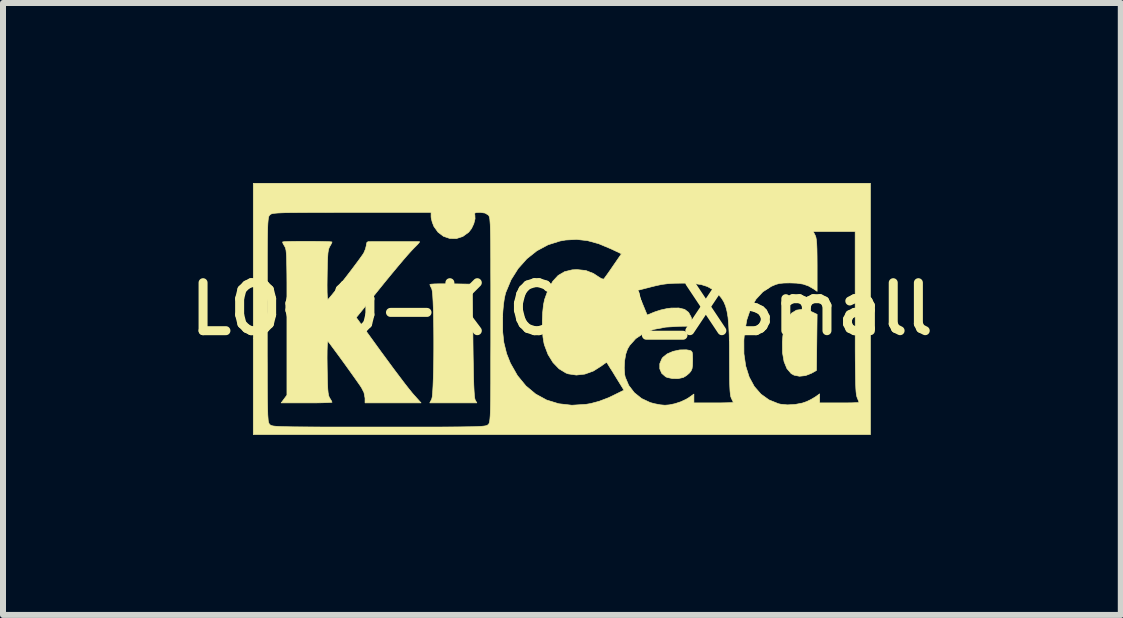
<source format=kicad_pcb>
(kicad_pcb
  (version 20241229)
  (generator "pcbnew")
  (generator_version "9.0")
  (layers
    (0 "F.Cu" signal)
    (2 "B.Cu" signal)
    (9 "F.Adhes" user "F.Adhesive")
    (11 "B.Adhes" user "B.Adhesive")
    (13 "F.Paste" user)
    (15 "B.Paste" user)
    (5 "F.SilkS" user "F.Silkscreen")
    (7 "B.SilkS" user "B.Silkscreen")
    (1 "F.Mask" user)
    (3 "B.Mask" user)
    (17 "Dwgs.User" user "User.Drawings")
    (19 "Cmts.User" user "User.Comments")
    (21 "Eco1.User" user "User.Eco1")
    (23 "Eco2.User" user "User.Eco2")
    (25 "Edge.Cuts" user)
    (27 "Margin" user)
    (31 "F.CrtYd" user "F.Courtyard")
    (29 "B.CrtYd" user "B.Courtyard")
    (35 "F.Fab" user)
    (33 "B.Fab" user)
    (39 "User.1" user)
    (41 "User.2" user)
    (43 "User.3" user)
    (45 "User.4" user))
  (footprint "LOGO-KICAD_XSmall"
    (layer "F.Cu")
    (at 6.316 2.1)
    (property "Reference" "LOGO-KICAD_XSmall" (at 0 0 0) (layer "F.SilkS") (effects (font (size 0.8 0.8) (thickness 0.15))))
    (attr through_hole)
    (fp_poly (pts (xy 4.125 0.031) (xy 4.178 0.053) (xy 4.255 0.09) (xy 4.244 1.025) (xy 4.159 1.073) (xy 4.062 1.111) (xy 3.961 1.122) (xy 3.871 1.104) (xy 3.823 1.078) (xy 3.752 0.995) (xy 3.704 0.879) (xy 3.678 0.73) (xy 3.676 0.55) (xy 3.684 0.448) (xy 3.712 0.286) (xy 3.76 0.161) (xy 3.826 0.072) (xy 3.91 0.02) (xy 4.01 0.006) (xy 4.125 0.031)) (stroke (width 0.01) (type solid)) (fill yes) (layer "F.SilkS"))
    (fp_poly (pts (xy 2.133 0.691) (xy 2.157 0.701) (xy 2.172 0.721) (xy 2.178 0.762) (xy 2.18 0.833) (xy 2.18 0.857) (xy 2.178 0.941) (xy 2.17 0.996) (xy 2.153 1.034) (xy 2.128 1.066) (xy 2.076 1.111) (xy 2.023 1.143) (xy 2.021 1.143) (xy 1.938 1.161) (xy 1.844 1.16) (xy 1.759 1.143) (xy 1.731 1.131) (xy 1.665 1.074) (xy 1.632 0.998) (xy 1.632 0.913) (xy 1.667 0.83) (xy 1.684 0.806) (xy 1.756 0.749) (xy 1.854 0.707) (xy 1.965 0.683) (xy 2.075 0.681) (xy 2.133 0.691)) (stroke (width 0.01) (type solid)) (fill yes) (layer "F.SilkS"))
    (fp_poly (pts (xy -1.847 -0.419) (xy -1.492 -0.413) (xy -1.482 0.529) (xy -1.479 0.77) (xy -1.475 0.971) (xy -1.472 1.136) (xy -1.468 1.268) (xy -1.463 1.369) (xy -1.458 1.442) (xy -1.452 1.49) (xy -1.445 1.516) (xy -1.444 1.519) (xy -1.417 1.566) (xy -2.202 1.566) (xy -2.17 1.504) (xy -2.161 1.466) (xy -2.154 1.391) (xy -2.148 1.286) (xy -2.143 1.155) (xy -2.139 1.005) (xy -2.136 0.841) (xy -2.135 0.668) (xy -2.135 0.493) (xy -2.136 0.321) (xy -2.139 0.157) (xy -2.142 0.007) (xy -2.147 -0.123) (xy -2.153 -0.228) (xy -2.161 -0.301) (xy -2.169 -0.338) (xy -2.17 -0.339) (xy -2.192 -0.382) (xy -2.201 -0.408) (xy -2.181 -0.413) (xy -2.126 -0.417) (xy -2.042 -0.419) (xy -1.937 -0.419) (xy -1.847 -0.419)) (stroke (width 0.01) (type solid)) (fill yes) (layer "F.SilkS"))
    (fp_poly (pts (xy -4.158 -1.127) (xy -4.05 -1.126) (xy -3.956 -1.124) (xy -3.883 -1.122) (xy -3.84 -1.118) (xy -3.831 -1.116) (xy -3.842 -1.088) (xy -3.867 -1.044) (xy -3.868 -1.043) (xy -3.881 -1.017) (xy -3.891 -0.983) (xy -3.899 -0.932) (xy -3.904 -0.86) (xy -3.908 -0.76) (xy -3.911 -0.627) (xy -3.912 -0.562) (xy -3.914 -0.399) (xy -3.913 -0.278) (xy -3.909 -0.198) (xy -3.903 -0.161) (xy -3.898 -0.159) (xy -3.866 -0.195) (xy -3.815 -0.257) (xy -3.749 -0.339) (xy -3.674 -0.435) (xy -3.594 -0.538) (xy -3.515 -0.641) (xy -3.442 -0.738) (xy -3.379 -0.823) (xy -3.331 -0.89) (xy -3.303 -0.931) (xy -3.301 -0.936) (xy -3.274 -0.999) (xy -3.26 -1.058) (xy -3.26 -1.068) (xy -3.249 -1.111) (xy -3.228 -1.122) (xy -3.197 -1.122) (xy -3.132 -1.123) (xy -3.042 -1.123) (xy -2.934 -1.123) (xy -2.818 -1.123) (xy -2.7 -1.123) (xy -2.589 -1.123) (xy -2.493 -1.123) (xy -2.42 -1.123) (xy -2.378 -1.122) (xy -2.372 -1.122) (xy -2.376 -1.109) (xy -2.406 -1.074) (xy -2.455 -1.025) (xy -2.467 -1.013) (xy -2.509 -0.969) (xy -2.573 -0.898) (xy -2.655 -0.803) (xy -2.75 -0.69) (xy -2.854 -0.565) (xy -2.963 -0.432) (xy -3.004 -0.381) (xy -3.427 0.143) (xy -3.015 0.712) (xy -2.909 0.856) (xy -2.806 0.996) (xy -2.708 1.126) (xy -2.621 1.241) (xy -2.548 1.334) (xy -2.493 1.402) (xy -2.475 1.423) (xy -2.347 1.566) (xy -3.281 1.566) (xy -3.281 1.486) (xy -3.299 1.393) (xy -3.341 1.311) (xy -3.369 1.269) (xy -3.416 1.202) (xy -3.477 1.116) (xy -3.547 1.018) (xy -3.621 0.915) (xy -3.695 0.813) (xy -3.765 0.718) (xy -3.825 0.637) (xy -3.87 0.576) (xy -3.897 0.543) (xy -3.899 0.54) (xy -3.906 0.553) (xy -3.91 0.605) (xy -3.913 0.694) (xy -3.914 0.817) (xy -3.912 0.971) (xy -3.912 0.975) (xy -3.909 1.129) (xy -3.906 1.247) (xy -3.902 1.335) (xy -3.896 1.397) (xy -3.888 1.44) (xy -3.878 1.471) (xy -3.868 1.487) (xy -3.842 1.53) (xy -3.831 1.555) (xy -3.831 1.555) (xy -3.851 1.558) (xy -3.907 1.561) (xy -3.993 1.564) (xy -4.102 1.566) (xy -4.228 1.566) (xy -4.255 1.566) (xy -4.679 1.566) (xy -4.631 1.501) (xy -4.583 1.436) (xy -4.583 0.225) (xy -4.583 -0.032) (xy -4.583 -0.251) (xy -4.583 -0.434) (xy -4.584 -0.584) (xy -4.586 -0.706) (xy -4.588 -0.803) (xy -4.59 -0.877) (xy -4.594 -0.934) (xy -4.598 -0.975) (xy -4.604 -1.004) (xy -4.611 -1.025) (xy -4.619 -1.041) (xy -4.624 -1.049) (xy -4.648 -1.091) (xy -4.656 -1.116) (xy -4.655 -1.117) (xy -4.63 -1.121) (xy -4.571 -1.124) (xy -4.486 -1.126) (xy -4.384 -1.127) (xy -4.272 -1.127) (xy -4.158 -1.127)) (stroke (width 0.01) (type solid)) (fill yes) (layer "F.SilkS"))
    (fp_poly (pts (xy 5.144 2.095) (xy -5.144 2.095) (xy -5.144 0.18) (xy -4.911 0.18) (xy -4.911 0.488) (xy -4.911 0.757) (xy -4.91 0.989) (xy -4.91 1.187) (xy -4.909 1.354) (xy -4.908 1.493) (xy -4.906 1.606) (xy -4.904 1.696) (xy -4.902 1.766) (xy -4.898 1.819) (xy -4.895 1.858) (xy -4.89 1.885) (xy -4.884 1.903) (xy -4.878 1.915) (xy -4.871 1.924) (xy -4.868 1.926) (xy -4.86 1.934) (xy -4.849 1.94) (xy -4.833 1.946) (xy -4.81 1.951) (xy -4.775 1.955) (xy -4.728 1.958) (xy -4.664 1.961) (xy -4.581 1.963) (xy -4.477 1.965) (xy -4.349 1.966) (xy -4.194 1.967) (xy -4.008 1.968) (xy -3.791 1.968) (xy -3.538 1.968) (xy -3.248 1.968) (xy -3.048 1.968) (xy -2.733 1.968) (xy -2.457 1.968) (xy -2.218 1.968) (xy -2.013 1.968) (xy -1.84 1.967) (xy -1.695 1.966) (xy -1.576 1.964) (xy -1.481 1.963) (xy -1.406 1.96) (xy -1.348 1.957) (xy -1.306 1.953) (xy -1.276 1.949) (xy -1.256 1.944) (xy -1.242 1.938) (xy -1.233 1.931) (xy -1.228 1.926) (xy -1.22 1.918) (xy -1.213 1.907) (xy -1.208 1.891) (xy -1.203 1.866) (xy -1.199 1.831) (xy -1.195 1.782) (xy -1.192 1.717) (xy -1.19 1.633) (xy -1.188 1.527) (xy -1.187 1.395) (xy -1.186 1.237) (xy -1.186 1.047) (xy -1.186 0.825) (xy -1.185 0.567) (xy -1.185 0.358) (xy -0.989 0.358) (xy -0.967 0.56) (xy -0.921 0.745) (xy -0.858 0.904) (xy -0.741 1.11) (xy -0.6 1.282) (xy -0.437 1.418) (xy -0.254 1.518) (xy -0.052 1.58) (xy 0.167 1.605) (xy 0.402 1.59) (xy 0.48 1.577) (xy 0.622 1.539) (xy 0.777 1.48) (xy 0.84 1.45) (xy 1.035 1.354) (xy 0.895 1.127) (xy 0.842 1.04) (xy 0.805 0.982) (xy 1.04 0.982) (xy 1.047 1.091) (xy 1.056 1.136) (xy 1.115 1.275) (xy 1.208 1.396) (xy 1.329 1.493) (xy 1.472 1.56) (xy 1.542 1.579) (xy 1.641 1.598) (xy 1.718 1.605) (xy 1.79 1.599) (xy 1.877 1.581) (xy 1.895 1.576) (xy 1.983 1.547) (xy 2.069 1.507) (xy 2.111 1.482) (xy 2.201 1.419) (xy 2.201 1.566) (xy 2.529 1.566) (xy 2.642 1.566) (xy 2.738 1.564) (xy 2.81 1.562) (xy 2.851 1.56) (xy 2.857 1.558) (xy 2.849 1.536) (xy 2.827 1.492) (xy 2.826 1.489) (xy 2.816 1.464) (xy 2.809 1.425) (xy 2.803 1.368) (xy 2.799 1.289) (xy 2.796 1.182) (xy 2.795 1.044) (xy 2.794 0.868) (xy 2.794 0.847) (xy 2.793 0.618) (xy 2.791 0.519) (xy 3.034 0.519) (xy 3.035 0.747) (xy 3.065 0.953) (xy 3.123 1.136) (xy 3.208 1.293) (xy 3.319 1.42) (xy 3.453 1.516) (xy 3.609 1.579) (xy 3.648 1.588) (xy 3.76 1.599) (xy 3.887 1.592) (xy 4.008 1.569) (xy 4.081 1.544) (xy 4.153 1.509) (xy 4.219 1.47) (xy 4.234 1.46) (xy 4.297 1.415) (xy 4.297 1.566) (xy 4.625 1.566) (xy 4.737 1.566) (xy 4.833 1.565) (xy 4.905 1.562) (xy 4.946 1.56) (xy 4.953 1.558) (xy 4.946 1.536) (xy 4.927 1.489) (xy 4.921 1.474) (xy 4.915 1.454) (xy 4.909 1.424) (xy 4.904 1.381) (xy 4.9 1.322) (xy 4.897 1.244) (xy 4.895 1.145) (xy 4.893 1.02) (xy 4.891 0.867) (xy 4.89 0.683) (xy 4.89 0.464) (xy 4.89 0.208) (xy 4.889 0.054) (xy 4.889 -1.291) (xy 4.19 -1.291) (xy 4.222 -1.229) (xy 4.234 -1.198) (xy 4.242 -1.154) (xy 4.248 -1.09) (xy 4.252 -1.001) (xy 4.254 -0.881) (xy 4.255 -0.73) (xy 4.255 -0.293) (xy 4.196 -0.334) (xy 4.111 -0.383) (xy 4.022 -0.414) (xy 3.916 -0.43) (xy 3.799 -0.434) (xy 3.7 -0.432) (xy 3.628 -0.425) (xy 3.568 -0.409) (xy 3.504 -0.382) (xy 3.489 -0.375) (xy 3.35 -0.285) (xy 3.236 -0.162) (xy 3.147 -0.007) (xy 3.083 0.181) (xy 3.044 0.403) (xy 3.034 0.519) (xy 2.791 0.519) (xy 2.789 0.428) (xy 2.781 0.27) (xy 2.77 0.141) (xy 2.752 0.036) (xy 2.729 -0.05) (xy 2.699 -0.12) (xy 2.661 -0.181) (xy 2.615 -0.236) (xy 2.591 -0.26) (xy 2.511 -0.326) (xy 2.425 -0.374) (xy 2.324 -0.406) (xy 2.201 -0.424) (xy 2.046 -0.43) (xy 2 -0.43) (xy 1.869 -0.428) (xy 1.764 -0.421) (xy 1.668 -0.409) (xy 1.566 -0.387) (xy 1.489 -0.368) (xy 1.253 -0.307) (xy 1.338 -0.103) (xy 1.422 0.101) (xy 1.55 0.049) (xy 1.645 0.018) (xy 1.753 -0.006) (xy 1.823 -0.015) (xy 1.95 -0.016) (xy 2.046 0.007) (xy 2.112 0.057) (xy 2.155 0.136) (xy 2.171 0.206) (xy 2.184 0.287) (xy 1.965 0.289) (xy 1.732 0.303) (xy 1.532 0.341) (xy 1.366 0.405) (xy 1.232 0.494) (xy 1.13 0.608) (xy 1.095 0.667) (xy 1.065 0.753) (xy 1.046 0.864) (xy 1.04 0.982) (xy 0.805 0.982) (xy 0.796 0.968) (xy 0.764 0.916) (xy 0.749 0.892) (xy 0.749 0.892) (xy 0.73 0.899) (xy 0.69 0.927) (xy 0.659 0.95) (xy 0.525 1.035) (xy 0.383 1.086) (xy 0.241 1.102) (xy 0.107 1.082) (xy 0.068 1.068) (xy -0.047 0.998) (xy -0.148 0.893) (xy -0.231 0.758) (xy -0.291 0.6) (xy -0.298 0.572) (xy -0.315 0.468) (xy -0.325 0.339) (xy -0.326 0.198) (xy -0.32 0.059) (xy -0.307 -0.066) (xy -0.288 -0.158) (xy -0.226 -0.329) (xy -0.151 -0.462) (xy -0.062 -0.558) (xy 0.045 -0.621) (xy 0.172 -0.652) (xy 0.254 -0.656) (xy 0.399 -0.641) (xy 0.527 -0.591) (xy 0.609 -0.537) (xy 0.658 -0.506) (xy 0.693 -0.497) (xy 0.699 -0.5) (xy 0.718 -0.524) (xy 0.755 -0.575) (xy 0.805 -0.646) (xy 0.855 -0.719) (xy 0.993 -0.919) (xy 0.82 -1.001) (xy 0.615 -1.087) (xy 0.426 -1.139) (xy 0.245 -1.159) (xy 0.062 -1.149) (xy -0.032 -1.132) (xy -0.231 -1.069) (xy -0.417 -0.969) (xy -0.584 -0.836) (xy -0.729 -0.673) (xy -0.847 -0.486) (xy -0.934 -0.277) (xy -0.941 -0.254) (xy -0.958 -0.18) (xy -0.973 -0.076) (xy -0.984 0.046) (xy -0.989 0.128) (xy -0.989 0.358) (xy -1.185 0.358) (xy -1.185 0.27) (xy -1.185 0.18) (xy -1.185 -0.128) (xy -1.185 -0.397) (xy -1.186 -0.629) (xy -1.186 -0.827) (xy -1.187 -0.994) (xy -1.188 -1.133) (xy -1.19 -1.246) (xy -1.192 -1.336) (xy -1.194 -1.406) (xy -1.198 -1.459) (xy -1.201 -1.498) (xy -1.206 -1.525) (xy -1.212 -1.543) (xy -1.218 -1.555) (xy -1.225 -1.564) (xy -1.228 -1.566) (xy -1.28 -1.598) (xy -1.359 -1.609) (xy -1.367 -1.609) (xy -1.425 -1.607) (xy -1.451 -1.598) (xy -1.453 -1.577) (xy -1.45 -1.567) (xy -1.447 -1.502) (xy -1.468 -1.421) (xy -1.506 -1.34) (xy -1.553 -1.279) (xy -1.651 -1.208) (xy -1.759 -1.173) (xy -1.869 -1.175) (xy -1.974 -1.211) (xy -2.065 -1.28) (xy -2.133 -1.375) (xy -2.161 -1.447) (xy -2.178 -1.516) (xy -2.18 -1.539) (xy -2.18 -1.609) (xy -3.503 -1.609) (xy -3.772 -1.609) (xy -4.003 -1.608) (xy -4.197 -1.608) (xy -4.358 -1.607) (xy -4.49 -1.606) (xy -4.596 -1.605) (xy -4.678 -1.602) (xy -4.741 -1.599) (xy -4.786 -1.595) (xy -4.818 -1.591) (xy -4.84 -1.585) (xy -4.854 -1.578) (xy -4.865 -1.57) (xy -4.868 -1.566) (xy -4.876 -1.558) (xy -4.883 -1.547) (xy -4.888 -1.531) (xy -4.893 -1.506) (xy -4.897 -1.471) (xy -4.901 -1.423) (xy -4.904 -1.357) (xy -4.906 -1.273) (xy -4.908 -1.167) (xy -4.909 -1.036) (xy -4.91 -0.877) (xy -4.91 -0.688) (xy -4.91 -0.465) (xy -4.911 -0.207) (xy -4.911 0.09) (xy -4.911 0.18) (xy -5.144 0.18) (xy -5.144 -2.095) (xy 5.144 -2.095) (xy 5.144 2.095)) (stroke (width 0.01) (type solid)) (fill yes) (layer "F.SilkS")))
  (gr_rect
    (start -3 -3)
    (end 15.633 7.201)
    (stroke (width 0.1) (type default))
    (fill no)
    (layer "Edge.Cuts")))
</source>
